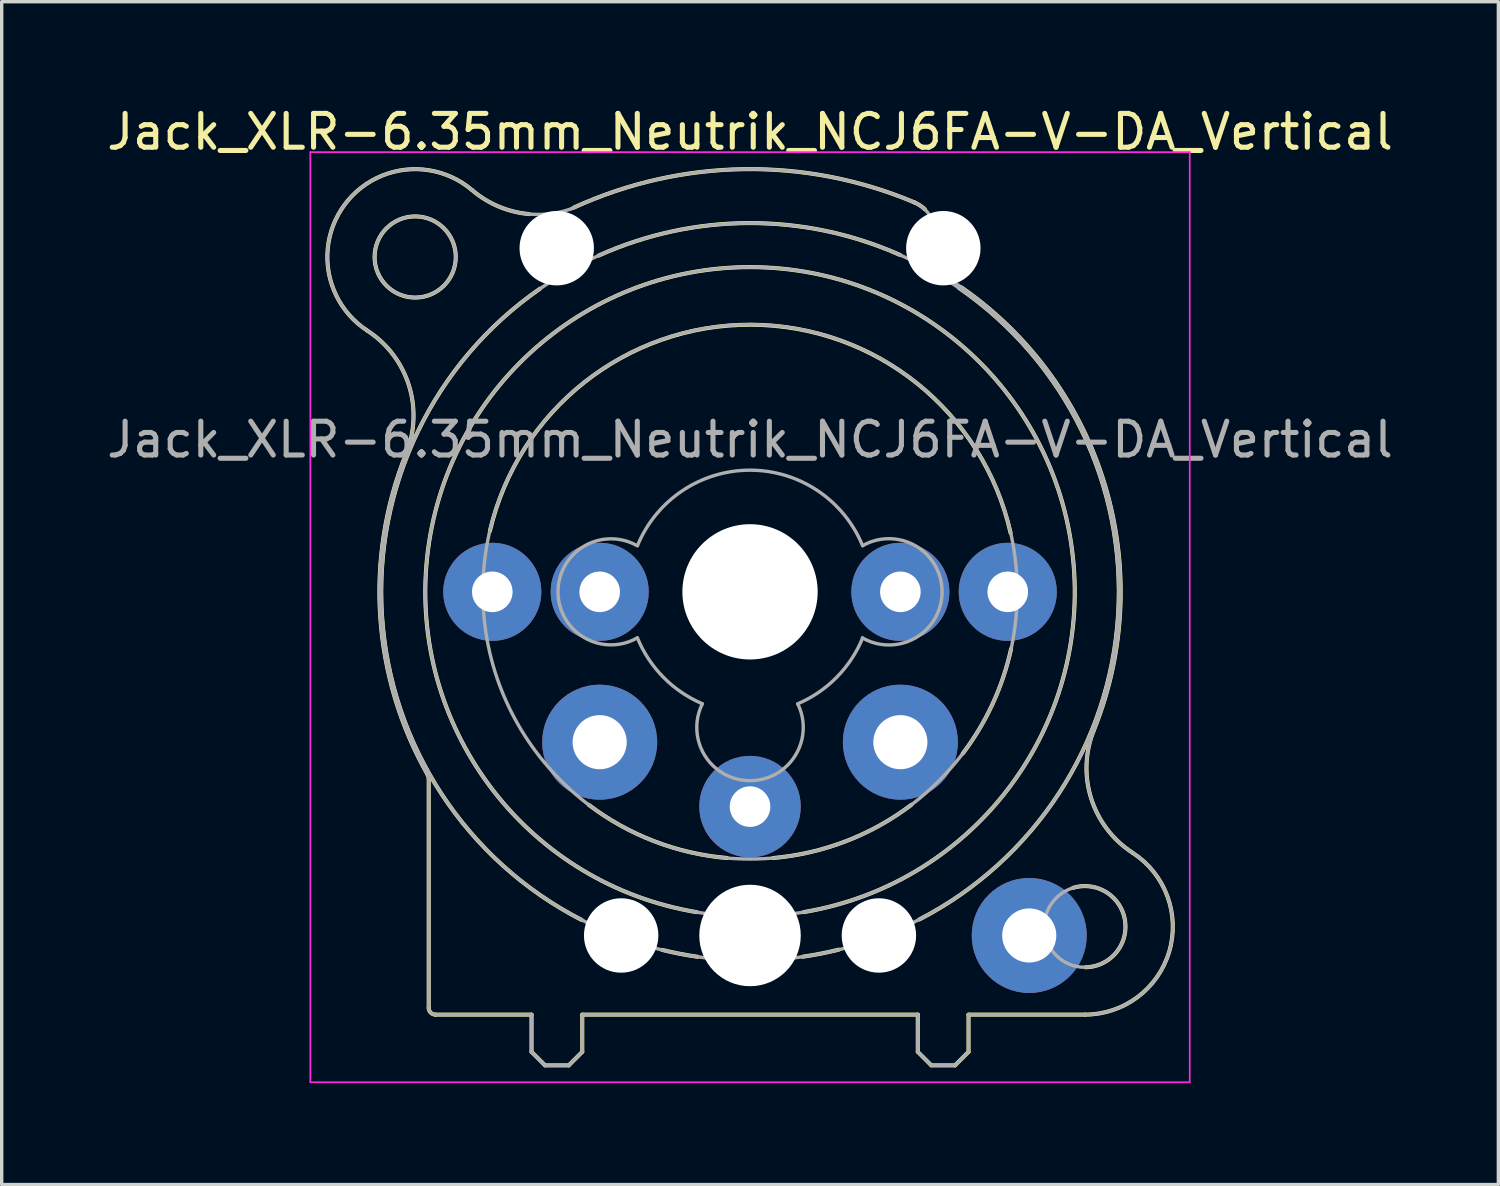
<source format=kicad_pcb>
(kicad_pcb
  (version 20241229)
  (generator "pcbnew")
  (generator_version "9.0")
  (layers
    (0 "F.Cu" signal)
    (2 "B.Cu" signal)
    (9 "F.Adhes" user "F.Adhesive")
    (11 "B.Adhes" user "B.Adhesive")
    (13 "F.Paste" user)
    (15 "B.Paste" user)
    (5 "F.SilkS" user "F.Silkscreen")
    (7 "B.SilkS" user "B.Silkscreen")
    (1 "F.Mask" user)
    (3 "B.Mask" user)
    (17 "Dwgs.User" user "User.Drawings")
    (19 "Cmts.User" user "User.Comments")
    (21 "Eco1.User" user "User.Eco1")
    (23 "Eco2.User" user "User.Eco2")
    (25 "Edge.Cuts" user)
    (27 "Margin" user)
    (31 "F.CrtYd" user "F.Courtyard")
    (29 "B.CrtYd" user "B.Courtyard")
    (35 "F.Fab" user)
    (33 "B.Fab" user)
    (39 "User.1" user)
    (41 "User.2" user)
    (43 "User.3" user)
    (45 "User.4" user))
  (footprint "Jack_XLR-6.35mm_Neutrik_NCJ6FA-V-DA_Vertical"
    (layer "F.Cu")
    (at 26.745 14.448)
    (property "Reference" "Jack_XLR-6.35mm_Neutrik_NCJ6FA-V-DA_Vertical" (at -7.62 -13.6 0) (layer "F.SilkS") (effects (font (size 1 1) (thickness 0.15))))
    (attr through_hole)
    (fp_line (start -17.12 5.51) (end -17.12 12.3) (stroke (width 0.12) (type solid)) (layer "F.SilkS"))
    (fp_line (start -14.08 12.5) (end -16.92 12.5) (stroke (width 0.12) (type solid)) (layer "F.SilkS"))
    (fp_line (start -14.08 12.5) (end -14.08 13.6) (stroke (width 0.12) (type solid)) (layer "F.SilkS"))
    (fp_line (start -13.68 14) (end -14.08 13.6) (stroke (width 0.12) (type solid)) (layer "F.SilkS"))
    (fp_line (start -12.98 14) (end -13.68 14) (stroke (width 0.12) (type solid)) (layer "F.SilkS"))
    (fp_line (start -12.98 14) (end -12.58 13.6) (stroke (width 0.12) (type solid)) (layer "F.SilkS"))
    (fp_line (start -12.58 12.5) (end -12.58 13.6) (stroke (width 0.12) (type solid)) (layer "F.SilkS"))
    (fp_line (start -12.58 12.5) (end -2.66 12.5) (stroke (width 0.12) (type solid)) (layer "F.SilkS"))
    (fp_line (start -2.66 12.5) (end -2.66 13.6) (stroke (width 0.12) (type solid)) (layer "F.SilkS"))
    (fp_line (start -2.26 14) (end -2.66 13.6) (stroke (width 0.12) (type solid)) (layer "F.SilkS"))
    (fp_line (start -1.56 14) (end -2.26 14) (stroke (width 0.12) (type solid)) (layer "F.SilkS"))
    (fp_line (start -1.56 14) (end -1.16 13.6) (stroke (width 0.12) (type solid)) (layer "F.SilkS"))
    (fp_line (start -1.16 12.5) (end -1.16 13.6) (stroke (width 0.12) (type solid)) (layer "F.SilkS"))
    (fp_line (start 2.28 12.5) (end -1.16 12.5) (stroke (width 0.12) (type solid)) (layer "F.SilkS"))
    (fp_arc (start -18.934795 -7.72258) (mid -19.602935 -11.450543) (end -15.84 -11.88) (stroke (width 0.12) (type solid)) (layer "F.SilkS"))
    (fp_arc (start -18.930969 -7.719195) (mid -17.705389 -6.104985) (end -17.79 -4.08) (stroke (width 0.12) (type solid)) (layer "F.SilkS"))
    (fp_arc (start -17.154956 5.397698) (mid -17.130185 5.451579) (end -17.12 5.51) (stroke (width 0.12) (type solid)) (layer "F.SilkS"))
    (fp_arc (start -17.144015 5.419265) (mid -18.552638 0.743459) (end -17.79 -4.08) (stroke (width 0.12) (type solid)) (layer "F.SilkS"))
    (fp_arc (start -16.92 12.5) (mid -17.061421 12.441421) (end -17.12 12.3) (stroke (width 0.12) (type solid)) (layer "F.SilkS"))
    (fp_arc (start -15.31 -1.8) (mid -7.589115 -7.897794) (end 0.083843 -1.739802) (stroke (width 0.12) (type solid)) (layer "F.SilkS"))
    (fp_arc (start -14.148924 -11.168665) (mid -15.050317 -11.391547) (end -15.84 -11.88) (stroke (width 0.12) (type solid)) (layer "F.SilkS"))
    (fp_arc (start -12.835768 -11.357498) (mid -7.808953 -12.496451) (end -2.75 -11.51) (stroke (width 0.12) (type solid)) (layer "F.SilkS"))
    (fp_arc (start -12.6 9.7) (mid -18.500043 0.717682) (end -13.830991 -8.961807) (stroke (width 0.12) (type solid)) (layer "F.SilkS"))
    (fp_arc (start -12.1 -9.94) (mid -7.641178 -10.902915) (end -3.178648 -9.957329) (stroke (width 0.12) (type solid)) (layer "F.SilkS"))
    (fp_arc (start -9.2 9.47) (mid -7.62467 -9.6009) (end -6.030789 9.468459) (stroke (width 0.12) (type solid)) (layer "F.SilkS"))
    (fp_arc (start -9.17 10.79) (mid -9.695239 10.701401) (end -10.215522 10.58725) (stroke (width 0.12) (type solid)) (layer "F.SilkS"))
    (fp_arc (start -8.3 7.87) (mid -10.455796 7.372758) (end -12.389148 6.297184) (stroke (width 0.12) (type solid)) (layer "F.SilkS"))
    (fp_arc (start -5 10.58) (mid -5.529293 10.697184) (end -6.063757 10.787906) (stroke (width 0.12) (type solid)) (layer "F.SilkS"))
    (fp_arc (start -2.850852 6.297184) (mid -4.784204 7.372758) (end -6.94 7.87) (stroke (width 0.12) (type solid)) (layer "F.SilkS"))
    (fp_arc (start -2.789231 -11.524852) (mid -2.608846 -11.434431) (end -2.45 -11.31) (stroke (width 0.12) (type solid)) (layer "F.SilkS"))
    (fp_arc (start -1.45 -8.99) (mid 3.262553 0.677525) (end -2.61272 9.685874) (stroke (width 0.12) (type solid)) (layer "F.SilkS"))
    (fp_arc (start -1.372521 -9.002461) (mid 2.876242 -3.147094) (end 2.55 4.08) (stroke (width 0.12) (type solid)) (layer "F.SilkS"))
    (fp_arc (start 0.097858 1.687355) (mid -0.447404 3.31155) (end -1.33 4.78) (stroke (width 0.12) (type solid)) (layer "F.SilkS"))
    (fp_arc (start 1.932014 8.75139) (mid 3.4657 9.714222) (end 2.3 11.1) (stroke (width 0.12) (type solid)) (layer "F.SilkS"))
    (fp_arc (start 3.687208 7.712208) (mid 2.463871 6.101094) (end 2.55 4.08) (stroke (width 0.12) (type solid)) (layer "F.SilkS"))
    (fp_arc (start 3.696061 7.719457) (mid 4.772931 10.63844) (end 2.28 12.5) (stroke (width 0.12) (type solid)) (layer "F.SilkS"))
    (fp_circle (center -17.52 -9.9) (end -16.32 -9.9) (stroke (width 0.12) (type solid)) (fill no) (layer "F.SilkS"))
    (fp_line (start -20.62 -13) (end 5.38 -13) (stroke (width 0.05) (type solid)) (layer "F.CrtYd"))
    (fp_line (start -20.62 14.5) (end -20.62 -13) (stroke (width 0.05) (type solid)) (layer "F.CrtYd"))
    (fp_line (start 5.38 -13) (end 5.38 14.5) (stroke (width 0.05) (type solid)) (layer "F.CrtYd"))
    (fp_line (start 5.38 14.5) (end -20.62 14.5) (stroke (width 0.05) (type solid)) (layer "F.CrtYd"))
    (fp_line (start -17.12 5.51) (end -17.12 12.3) (stroke (width 0.1) (type solid)) (layer "F.Fab"))
    (fp_line (start -14.08 12.5) (end -16.92 12.5) (stroke (width 0.1) (type solid)) (layer "F.Fab"))
    (fp_line (start -14.08 12.5) (end -14.08 13.6) (stroke (width 0.1) (type solid)) (layer "F.Fab"))
    (fp_line (start -13.68 14) (end -14.08 13.6) (stroke (width 0.1) (type solid)) (layer "F.Fab"))
    (fp_line (start -12.98 14) (end -13.68 14) (stroke (width 0.1) (type solid)) (layer "F.Fab"))
    (fp_line (start -12.98 14) (end -12.58 13.6) (stroke (width 0.1) (type solid)) (layer "F.Fab"))
    (fp_line (start -12.58 12.5) (end -12.58 13.6) (stroke (width 0.1) (type solid)) (layer "F.Fab"))
    (fp_line (start -12.58 12.5) (end -2.66 12.5) (stroke (width 0.1) (type solid)) (layer "F.Fab"))
    (fp_line (start -2.66 12.5) (end -2.66 13.6) (stroke (width 0.1) (type solid)) (layer "F.Fab"))
    (fp_line (start -2.37 -9.82) (end -2.21 -10.22) (stroke (width 0.1) (type solid)) (layer "F.Fab"))
    (fp_line (start -2.26 14) (end -2.66 13.6) (stroke (width 0.1) (type solid)) (layer "F.Fab"))
    (fp_line (start -1.56 14) (end -2.26 14) (stroke (width 0.1) (type solid)) (layer "F.Fab"))
    (fp_line (start -1.56 14) (end -1.16 13.6) (stroke (width 0.1) (type solid)) (layer "F.Fab"))
    (fp_line (start -1.16 12.5) (end -1.16 13.6) (stroke (width 0.1) (type solid)) (layer "F.Fab"))
    (fp_line (start 2.28 12.5) (end -1.16 12.5) (stroke (width 0.1) (type solid)) (layer "F.Fab"))
    (fp_arc (start -18.934795 -7.72258) (mid -19.602935 -11.450543) (end -15.84 -11.88) (stroke (width 0.1) (type solid)) (layer "F.Fab"))
    (fp_arc (start -18.930969 -7.719195) (mid -17.705389 -6.104985) (end -17.79 -4.08) (stroke (width 0.1) (type solid)) (layer "F.Fab"))
    (fp_arc (start -17.154956 5.397698) (mid -17.130185 5.451579) (end -17.12 5.51) (stroke (width 0.1) (type solid)) (layer "F.Fab"))
    (fp_arc (start -17.144015 5.419265) (mid -18.552638 0.743459) (end -17.79 -4.08) (stroke (width 0.1) (type solid)) (layer "F.Fab"))
    (fp_arc (start -16.92 12.5) (mid -17.061421 12.441421) (end -17.12 12.3) (stroke (width 0.1) (type solid)) (layer "F.Fab"))
    (fp_arc (start -12.914931 -11.320809) (mid -7.852572 -12.495716) (end -2.75 -11.51) (stroke (width 0.1) (type solid)) (layer "F.Fab"))
    (fp_arc (start -12.913921 -11.321101) (mid -14.451447 -11.210582) (end -15.84 -11.88) (stroke (width 0.1) (type solid)) (layer "F.Fab"))
    (fp_arc (start -10.954064 1.362323) (mid -13.297799 -0.002341) (end -10.95 -1.36) (stroke (width 0.1) (type solid)) (layer "F.Fab"))
    (fp_arc (start -10.945975 -1.369814) (mid -7.614696 -3.597009) (end -4.29 -1.36) (stroke (width 0.1) (type solid)) (layer "F.Fab"))
    (fp_arc (start -9.036119 3.306525) (mid -10.184888 2.521874) (end -10.95 1.36) (stroke (width 0.1) (type solid)) (layer "F.Fab"))
    (fp_arc (start -6.208725 3.312574) (mid -7.621436 5.584198) (end -9.03 3.31) (stroke (width 0.1) (type solid)) (layer "F.Fab"))
    (fp_arc (start -4.291917 1.36677) (mid -5.059455 2.527411) (end -6.21 3.31) (stroke (width 0.1) (type solid)) (layer "F.Fab"))
    (fp_arc (start -4.284946 -1.368604) (mid -1.941293 0.00867) (end -4.3 1.36) (stroke (width 0.1) (type solid)) (layer "F.Fab"))
    (fp_arc (start -2.752398 -11.51057) (mid -2.22343 -10.97362) (end -2.21 -10.22) (stroke (width 0.1) (type solid)) (layer "F.Fab"))
    (fp_arc (start -2.280824 -9.569143) (mid 2.709976 -3.656075) (end 2.55 4.08) (stroke (width 0.1) (type solid)) (layer "F.Fab"))
    (fp_arc (start -2.264515 -9.56035) (mid -2.366315 -9.670245) (end -2.37 -9.82) (stroke (width 0.1) (type solid)) (layer "F.Fab"))
    (fp_arc (start -2.20715 -10.954211) (mid -1.183963 -10.175931) (end -2.37 -9.68) (stroke (width 0.1) (type solid)) (layer "F.Fab"))
    (fp_arc (start 3.687208 7.712208) (mid 2.463871 6.101094) (end 2.55 4.08) (stroke (width 0.1) (type solid)) (layer "F.Fab"))
    (fp_arc (start 3.696061 7.719457) (mid 4.772931 10.63844) (end 2.28 12.5) (stroke (width 0.1) (type solid)) (layer "F.Fab"))
    (fp_circle (center -17.52 -9.9) (end -16.32 -9.9) (stroke (width 0.1) (type solid)) (fill no) (layer "F.Fab"))
    (fp_circle (center -7.62 0) (end 0.28 0) (stroke (width 0.1) (type solid)) (fill no) (layer "F.Fab"))
    (fp_circle (center -7.62 0) (end 1.98 0) (stroke (width 0.1) (type solid)) (fill no) (layer "F.Fab"))
    (fp_circle (center -7.62 0) (end 3.28 0) (stroke (width 0.1) (type solid)) (fill no) (layer "F.Fab"))
    (fp_circle (center 2.28 9.9) (end 3.48 9.9) (stroke (width 0.1) (type solid)) (fill no) (layer "F.Fab"))
    (fp_text user "${REFERENCE}" (at -7.62 -4.5 0) (layer "F.Fab") (effects (font (size 1 1) (thickness 0.15))))
    (pad "" np_thru_hole circle (at -13.335 -10.16) (size 2.2 2.2) (drill 2.2) (layers "*.Cu" "*.Mask"))
    (pad "" np_thru_hole circle (at -11.43 10.16) (size 2.2 2.2) (drill 2.2) (layers "*.Cu" "*.Mask"))
    (pad "" np_thru_hole circle (at -7.62 0) (size 4 4) (drill 4) (layers "*.Cu" "*.Mask"))
    (pad "" np_thru_hole circle (at -7.62 10.16) (size 3 3) (drill 3) (layers "*.Cu" "*.Mask"))
    (pad "" np_thru_hole circle (at -3.81 10.16) (size 2.2 2.2) (drill 2.2) (layers "*.Cu" "*.Mask"))
    (pad "" np_thru_hole circle (at -1.905 -10.16) (size 2.2 2.2) (drill 2.2) (layers "*.Cu" "*.Mask"))
    (pad "1" thru_hole circle (at 0 0) (size 2.9 2.9) (drill 1.2) (layers "*.Cu" "*.Mask"))
    (pad "2" thru_hole circle (at -15.24 0) (size 2.9 2.9) (drill 1.2) (layers "*.Cu" "*.Mask"))
    (pad "3" thru_hole circle (at -7.62 6.35) (size 3 3) (drill 1.2) (layers "*.Cu" "*.Mask"))
    (pad "G" thru_hole circle (at 0.635 10.16) (size 3.4 3.4) (drill 1.6) (layers "*.Cu" "*.Mask"))
    (pad "R" thru_hole circle (at -12.065 0) (size 2.9 2.9) (drill 1.2) (layers "*.Cu" "*.Mask"))
    (pad "S" thru_hole circle (at -3.175 0) (size 2.9 2.9) (drill 1.2) (layers "*.Cu" "*.Mask"))
    (pad "T" thru_hole circle (at -12.065 4.445) (size 3.4 3.4) (drill 1.6) (layers "*.Cu" "*.Mask"))
    (pad "T" thru_hole circle (at -3.175 4.445) (size 3.4 3.4) (drill 1.6) (layers "*.Cu" "*.Mask")))
  (gr_rect
    (start -3 -3)
    (end 41.25 31.973)
    (stroke (width 0.1) (type default))
    (fill no)
    (layer "Edge.Cuts")))
</source>
